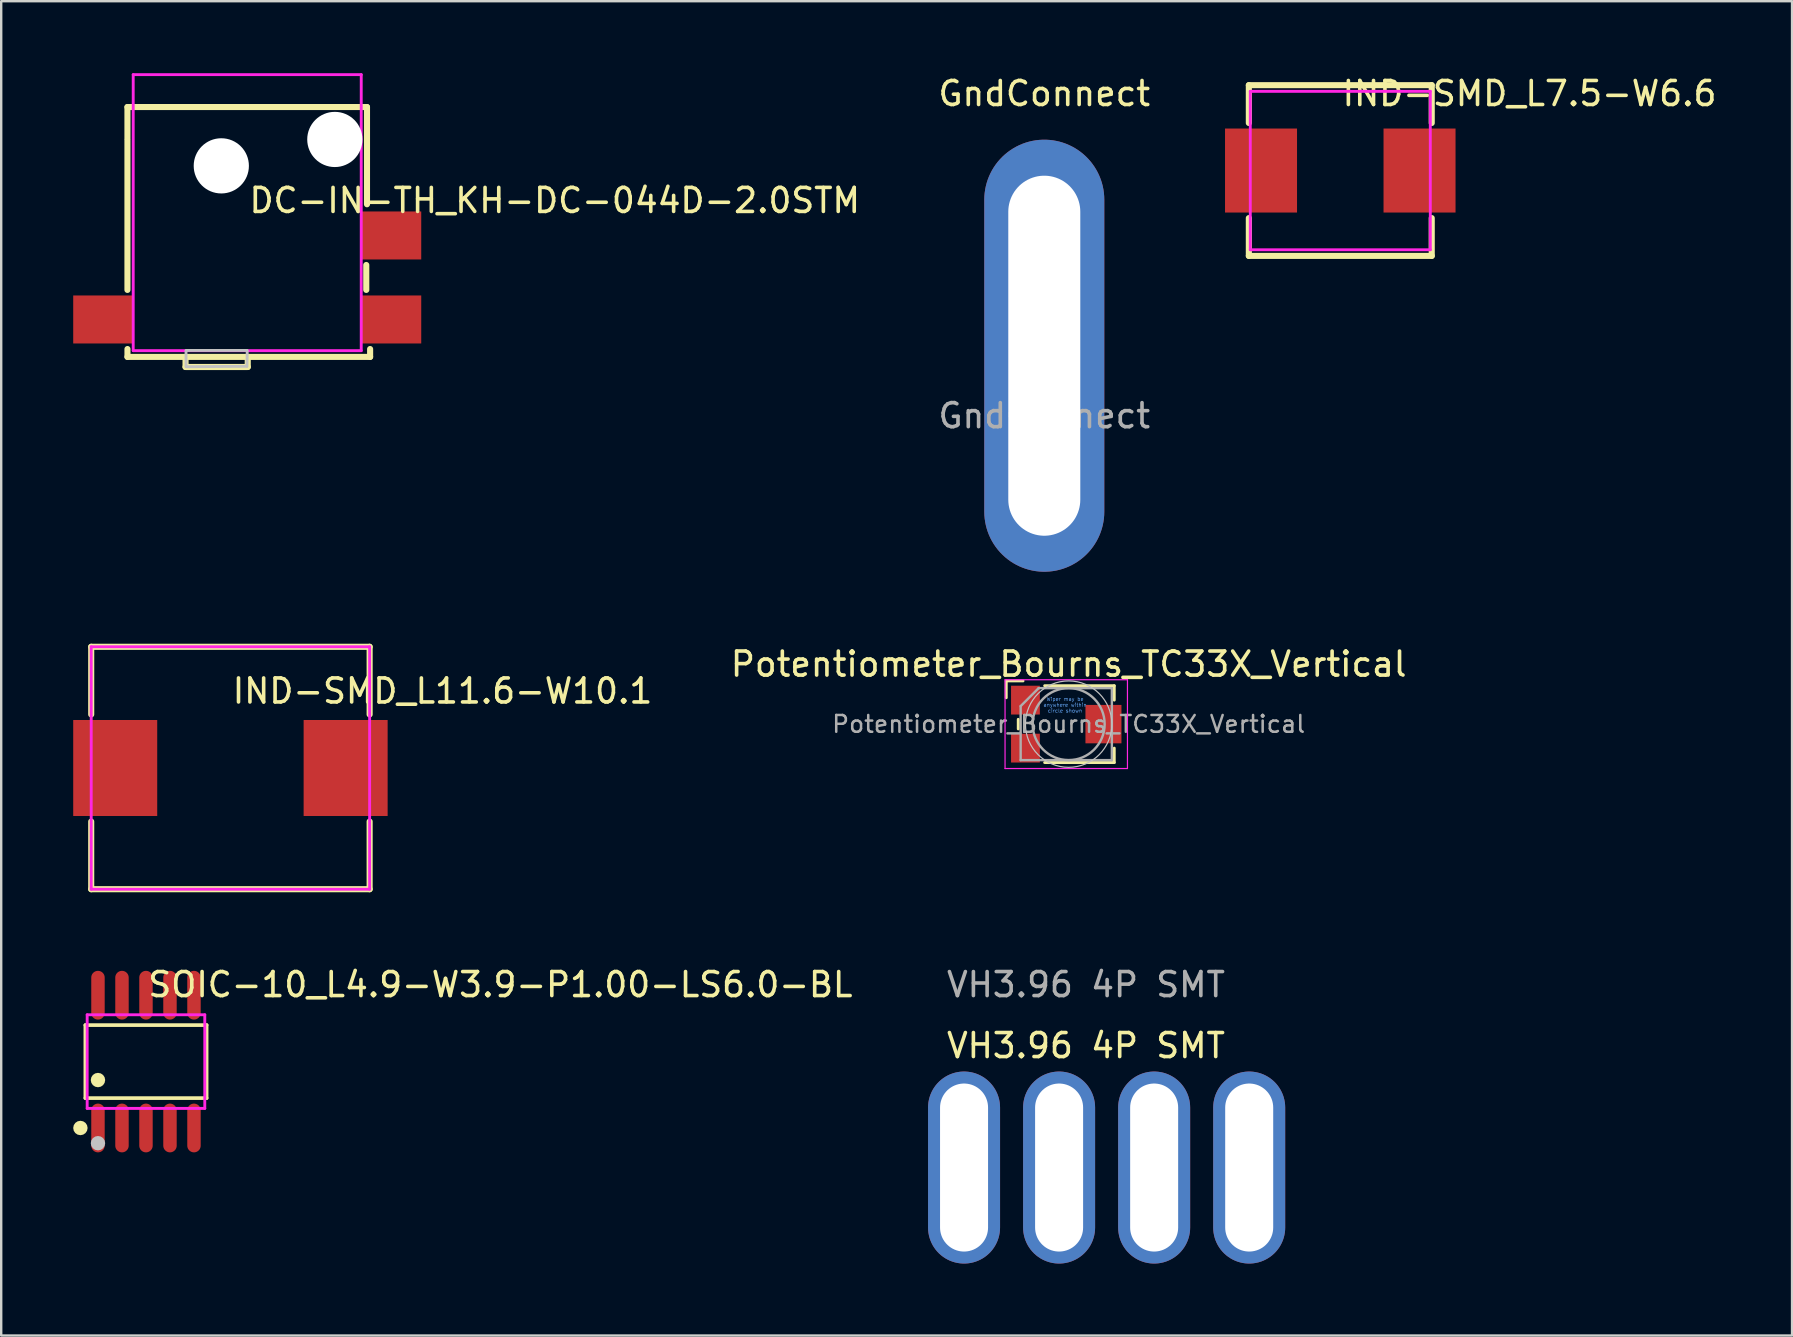
<source format=kicad_pcb>
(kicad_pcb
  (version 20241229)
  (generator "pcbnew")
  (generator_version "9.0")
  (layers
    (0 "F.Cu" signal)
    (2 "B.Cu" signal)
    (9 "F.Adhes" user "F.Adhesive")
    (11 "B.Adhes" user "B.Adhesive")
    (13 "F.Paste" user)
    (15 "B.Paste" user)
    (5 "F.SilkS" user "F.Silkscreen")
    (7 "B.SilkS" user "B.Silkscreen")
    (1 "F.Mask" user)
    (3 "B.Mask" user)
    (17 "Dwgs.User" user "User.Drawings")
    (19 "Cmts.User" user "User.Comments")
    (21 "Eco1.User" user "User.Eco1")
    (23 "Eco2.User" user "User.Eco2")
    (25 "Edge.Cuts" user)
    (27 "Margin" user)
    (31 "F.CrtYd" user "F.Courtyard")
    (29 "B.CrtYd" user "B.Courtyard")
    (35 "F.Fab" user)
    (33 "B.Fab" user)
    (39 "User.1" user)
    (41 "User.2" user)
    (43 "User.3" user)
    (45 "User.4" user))
  (footprint "IND-SMD_L11.6-W10.1"
    (layer "F.Cu")
    (at 6.55 28.947)
    (property "Reference" "IND-SMD_L11.6-W10.1" (at 0 -3.207 0) (layer "F.SilkS") (effects (font (size 1 1) (thickness 0.15)) (justify left)))
    (attr through_hole)
    (fp_line (start -5.8 -5.05) (end 5.8 -5.05) (stroke (width 0.254) (type solid)) (layer "F.SilkS"))
    (fp_line (start -5.8 -2.231) (end -5.8 -5.05) (stroke (width 0.254) (type solid)) (layer "F.SilkS"))
    (fp_line (start -5.8 5.05) (end -5.8 2.231) (stroke (width 0.254) (type solid)) (layer "F.SilkS"))
    (fp_line (start 5.8 -5.05) (end 5.8 -2.231) (stroke (width 0.254) (type solid)) (layer "F.SilkS"))
    (fp_line (start 5.8 2.231) (end 5.8 5.05) (stroke (width 0.254) (type solid)) (layer "F.SilkS"))
    (fp_line (start 5.8 5.05) (end -5.8 5.05) (stroke (width 0.254) (type solid)) (layer "F.SilkS"))
    (fp_circle (center -5.8 5.05) (end -5.77 5.05) (stroke (width 0.06) (type solid)) (fill no) (layer "Eco2.User"))
    (fp_poly (pts (xy -5.8 -1.5) (xy -3.3 -1.5) (xy -3.3 1.5) (xy -5.8 1.5)) (stroke (width 0.12) (type solid)) (fill no) (layer "Eco2.User"))
    (fp_poly (pts (xy 3.3 -1.5) (xy 5.8 -1.5) (xy 5.8 1.5) (xy 3.3 1.5)) (stroke (width 0.12) (type solid)) (fill no) (layer "Eco2.User"))
    (fp_line (start -5.8 -5.05) (end 5.8 -5.05) (stroke (width 0.12) (type solid)) (layer "F.CrtYd"))
    (fp_line (start -5.8 5.05) (end -5.8 -5.05) (stroke (width 0.12) (type solid)) (layer "F.CrtYd"))
    (fp_line (start 5.8 -5.05) (end 5.8 5.05) (stroke (width 0.12) (type solid)) (layer "F.CrtYd"))
    (fp_line (start 5.8 5.05) (end -5.8 5.05) (stroke (width 0.12) (type solid)) (layer "F.CrtYd"))
    (pad "1" smd rect (at -4.8 0) (size 3.5 4) (layers "F.Cu" "F.Mask" "F.Paste"))
    (pad "2" smd rect (at 4.8 0) (size 3.5 4) (layers "F.Cu" "F.Mask" "F.Paste")))
  (footprint "GndConnect"
    (layer "F.Cu")
    (at 40.458 11.77)
    (property "Reference" "GndConnect" (at 0 -10.922 0) (unlocked yes) (layer "F.SilkS") (effects (font (size 1 1) (thickness 0.15))))
    (attr through_hole)
    (fp_text user "${REFERENCE}" (at 0 2.5 0) (unlocked yes) (layer "F.Fab") (effects (font (size 1 1) (thickness 0.15))))
    (pad "1" thru_hole oval (at 0 0) (size 5 18) (drill oval 3 15) (layers "*.Cu" "*.Mask")))
  (footprint "IND-SMD_L7.5-W6.6"
    (layer "F.Cu")
    (at 52.79 4.055)
    (property "Reference" "IND-SMD_L7.5-W6.6" (at 0 -3.207 0) (layer "F.SilkS") (effects (font (size 1 1) (thickness 0.15)) (justify left)))
    (attr through_hole)
    (fp_line (start -3.81 -3.556) (end 3.81 -3.556) (stroke (width 0.254) (type solid)) (layer "F.SilkS"))
    (fp_line (start -3.81 -1.981) (end -3.81 -3.556) (stroke (width 0.254) (type solid)) (layer "F.SilkS"))
    (fp_line (start -3.81 3.556) (end -3.81 1.981) (stroke (width 0.254) (type solid)) (layer "F.SilkS"))
    (fp_line (start 3.81 -3.556) (end 3.81 -1.981) (stroke (width 0.254) (type solid)) (layer "F.SilkS"))
    (fp_line (start 3.81 1.981) (end 3.81 3.556) (stroke (width 0.254) (type solid)) (layer "F.SilkS"))
    (fp_line (start 3.81 3.556) (end -3.81 3.556) (stroke (width 0.254) (type solid)) (layer "F.SilkS"))
    (fp_circle (center -3.75 3.3) (end -3.72 3.3) (stroke (width 0.06) (type solid)) (fill no) (layer "Eco2.User"))
    (fp_poly (pts (xy -3.75 -1.5) (xy -1.802 -1.5) (xy -1.802 1.5) (xy -3.75 1.5)) (stroke (width 0.12) (type solid)) (fill no) (layer "Eco2.User"))
    (fp_poly (pts (xy 3.75 1.5) (xy 1.802 1.5) (xy 1.802 -1.5) (xy 3.75 -1.5)) (stroke (width 0.12) (type solid)) (fill no) (layer "Eco2.User"))
    (fp_line (start -3.75 -3.3) (end 3.75 -3.3) (stroke (width 0.12) (type solid)) (layer "F.CrtYd"))
    (fp_line (start -3.75 3.3) (end -3.75 -3.3) (stroke (width 0.12) (type solid)) (layer "F.CrtYd"))
    (fp_line (start 3.75 -3.3) (end 3.75 3.3) (stroke (width 0.12) (type solid)) (layer "F.CrtYd"))
    (fp_line (start 3.75 3.3) (end -3.75 3.3) (stroke (width 0.12) (type solid)) (layer "F.CrtYd"))
    (pad "1" smd rect (at -3.302 0 90) (size 3.5 3) (layers "F.Cu" "F.Mask" "F.Paste"))
    (pad "2" smd rect (at 3.302 0 90) (size 3.5 3) (layers "F.Cu" "F.Mask" "F.Paste")))
  (footprint "SOIC-10_L4.9-W3.9-P1.00-LS6.0-BL"
    (layer "F.Cu")
    (at 3.032 41.179)
    (property "Reference" "SOIC-10_L4.9-W3.9-P1.00-LS6.0-BL" (at 0 -3.207 0) (layer "F.SilkS") (effects (font (size 1 1) (thickness 0.15)) (justify left)))
    (attr through_hole)
    (fp_line (start -2.526 -1.521) (end 2.526 -1.521) (stroke (width 0.152) (type solid)) (layer "F.SilkS"))
    (fp_line (start -2.526 1.521) (end -2.526 -1.521) (stroke (width 0.152) (type solid)) (layer "F.SilkS"))
    (fp_line (start 2.526 -1.521) (end 2.526 1.521) (stroke (width 0.152) (type solid)) (layer "F.SilkS"))
    (fp_line (start 2.526 1.521) (end -2.526 1.521) (stroke (width 0.152) (type solid)) (layer "F.SilkS"))
    (fp_circle (center -2.732 2.766) (end -2.582 2.766) (stroke (width 0.3) (type solid)) (fill no) (layer "F.SilkS"))
    (fp_circle (center -2 0.769) (end -1.85 0.769) (stroke (width 0.3) (type solid)) (fill no) (layer "F.SilkS"))
    (fp_circle (center -2 3.4) (end -1.85 3.4) (stroke (width 0.3) (type solid)) (fill no) (layer "Dwgs.User"))
    (fp_line (start -2.205 -2.175) (end -2.205 -1.94) (stroke (width 0.12) (type solid)) (layer "Eco2.User"))
    (fp_line (start -2.205 -1.94) (end -1.795 -1.94) (stroke (width 0.12) (type solid)) (layer "Eco2.User"))
    (fp_line (start -2.205 1.94) (end -1.795 1.94) (stroke (width 0.12) (type solid)) (layer "Eco2.User"))
    (fp_line (start -2.205 2.175) (end -2.205 1.94) (stroke (width 0.12) (type solid)) (layer "Eco2.User"))
    (fp_line (start -1.795 -2.175) (end -2.205 -2.175) (stroke (width 0.12) (type solid)) (layer "Eco2.User"))
    (fp_line (start -1.795 -1.94) (end -1.795 -2.175) (stroke (width 0.12) (type solid)) (layer "Eco2.User"))
    (fp_line (start -1.795 1.94) (end -1.795 2.175) (stroke (width 0.12) (type solid)) (layer "Eco2.User"))
    (fp_line (start -1.795 2.175) (end -2.205 2.175) (stroke (width 0.12) (type solid)) (layer "Eco2.User"))
    (fp_line (start -1.205 -2.175) (end -1.205 -1.94) (stroke (width 0.12) (type solid)) (layer "Eco2.User"))
    (fp_line (start -1.205 -1.94) (end -0.795 -1.94) (stroke (width 0.12) (type solid)) (layer "Eco2.User"))
    (fp_line (start -1.205 1.94) (end -0.795 1.94) (stroke (width 0.12) (type solid)) (layer "Eco2.User"))
    (fp_line (start -1.205 2.175) (end -1.205 1.94) (stroke (width 0.12) (type solid)) (layer "Eco2.User"))
    (fp_line (start -0.795 -2.175) (end -1.205 -2.175) (stroke (width 0.12) (type solid)) (layer "Eco2.User"))
    (fp_line (start -0.795 -1.94) (end -0.795 -2.175) (stroke (width 0.12) (type solid)) (layer "Eco2.User"))
    (fp_line (start -0.795 1.94) (end -0.795 2.175) (stroke (width 0.12) (type solid)) (layer "Eco2.User"))
    (fp_line (start -0.795 2.175) (end -1.205 2.175) (stroke (width 0.12) (type solid)) (layer "Eco2.User"))
    (fp_line (start -0.205 -2.175) (end -0.205 -1.94) (stroke (width 0.12) (type solid)) (layer "Eco2.User"))
    (fp_line (start -0.205 -1.94) (end 0.205 -1.94) (stroke (width 0.12) (type solid)) (layer "Eco2.User"))
    (fp_line (start -0.205 1.94) (end 0.205 1.94) (stroke (width 0.12) (type solid)) (layer "Eco2.User"))
    (fp_line (start -0.205 2.175) (end -0.205 1.94) (stroke (width 0.12) (type solid)) (layer "Eco2.User"))
    (fp_line (start 0.205 -2.175) (end -0.205 -2.175) (stroke (width 0.12) (type solid)) (layer "Eco2.User"))
    (fp_line (start 0.205 -1.94) (end 0.205 -2.175) (stroke (width 0.12) (type solid)) (layer "Eco2.User"))
    (fp_line (start 0.205 1.94) (end 0.205 2.175) (stroke (width 0.12) (type solid)) (layer "Eco2.User"))
    (fp_line (start 0.205 2.175) (end -0.205 2.175) (stroke (width 0.12) (type solid)) (layer "Eco2.User"))
    (fp_line (start 0.795 -2.175) (end 0.795 -1.94) (stroke (width 0.12) (type solid)) (layer "Eco2.User"))
    (fp_line (start 0.795 -1.94) (end 1.205 -1.94) (stroke (width 0.12) (type solid)) (layer "Eco2.User"))
    (fp_line (start 0.795 1.94) (end 1.205 1.94) (stroke (width 0.12) (type solid)) (layer "Eco2.User"))
    (fp_line (start 0.795 2.175) (end 0.795 1.94) (stroke (width 0.12) (type solid)) (layer "Eco2.User"))
    (fp_line (start 1.205 -2.175) (end 0.795 -2.175) (stroke (width 0.12) (type solid)) (layer "Eco2.User"))
    (fp_line (start 1.205 -1.94) (end 1.205 -2.175) (stroke (width 0.12) (type solid)) (layer "Eco2.User"))
    (fp_line (start 1.205 1.94) (end 1.205 2.175) (stroke (width 0.12) (type solid)) (layer "Eco2.User"))
    (fp_line (start 1.205 2.175) (end 0.795 2.175) (stroke (width 0.12) (type solid)) (layer "Eco2.User"))
    (fp_line (start 1.795 -2.175) (end 1.795 -1.94) (stroke (width 0.12) (type solid)) (layer "Eco2.User"))
    (fp_line (start 1.795 -1.94) (end 2.205 -1.94) (stroke (width 0.12) (type solid)) (layer "Eco2.User"))
    (fp_line (start 1.795 1.94) (end 2.205 1.94) (stroke (width 0.12) (type solid)) (layer "Eco2.User"))
    (fp_line (start 1.795 2.175) (end 1.795 1.94) (stroke (width 0.12) (type solid)) (layer "Eco2.User"))
    (fp_line (start 2.205 -2.175) (end 1.795 -2.175) (stroke (width 0.12) (type solid)) (layer "Eco2.User"))
    (fp_line (start 2.205 -1.94) (end 2.205 -2.175) (stroke (width 0.12) (type solid)) (layer "Eco2.User"))
    (fp_line (start 2.205 1.94) (end 2.205 2.175) (stroke (width 0.12) (type solid)) (layer "Eco2.User"))
    (fp_line (start 2.205 2.175) (end 1.795 2.175) (stroke (width 0.12) (type solid)) (layer "Eco2.User"))
    (fp_circle (center -2.45 3) (end -2.42 3) (stroke (width 0.06) (type solid)) (fill no) (layer "Eco2.User"))
    (fp_poly (pts (xy -2.205 -3) (xy -2.205 -2.165) (xy -1.795 -2.165) (xy -1.795 -3)) (stroke (width 0.12) (type solid)) (fill no) (layer "Eco2.User"))
    (fp_poly (pts (xy -2.205 3) (xy -2.205 2.165) (xy -1.795 2.165) (xy -1.795 3)) (stroke (width 0.12) (type solid)) (fill no) (layer "Eco2.User"))
    (fp_poly (pts (xy -1.205 -3) (xy -1.205 -2.165) (xy -0.795 -2.165) (xy -0.795 -3)) (stroke (width 0.12) (type solid)) (fill no) (layer "Eco2.User"))
    (fp_poly (pts (xy -1.205 3) (xy -1.205 2.165) (xy -0.795 2.165) (xy -0.795 3)) (stroke (width 0.12) (type solid)) (fill no) (layer "Eco2.User"))
    (fp_poly (pts (xy -0.205 -3) (xy -0.205 -2.165) (xy 0.205 -2.165) (xy 0.205 -3)) (stroke (width 0.12) (type solid)) (fill no) (layer "Eco2.User"))
    (fp_poly (pts (xy -0.205 3) (xy -0.205 2.165) (xy 0.205 2.165) (xy 0.205 3)) (stroke (width 0.12) (type solid)) (fill no) (layer "Eco2.User"))
    (fp_poly (pts (xy 0.795 -3) (xy 0.795 -2.165) (xy 1.205 -2.165) (xy 1.205 -3)) (stroke (width 0.12) (type solid)) (fill no) (layer "Eco2.User"))
    (fp_poly (pts (xy 0.795 3) (xy 0.795 2.165) (xy 1.205 2.165) (xy 1.205 3)) (stroke (width 0.12) (type solid)) (fill no) (layer "Eco2.User"))
    (fp_poly (pts (xy 1.795 -3) (xy 1.795 -2.165) (xy 2.205 -2.165) (xy 2.205 -3)) (stroke (width 0.12) (type solid)) (fill no) (layer "Eco2.User"))
    (fp_poly (pts (xy 1.795 3) (xy 1.795 2.165) (xy 2.205 2.165) (xy 2.205 3)) (stroke (width 0.12) (type solid)) (fill no) (layer "Eco2.User"))
    (fp_line (start -2.45 -1.95) (end 2.45 -1.95) (stroke (width 0.12) (type solid)) (layer "F.CrtYd"))
    (fp_line (start -2.45 1.95) (end -2.45 -1.95) (stroke (width 0.12) (type solid)) (layer "F.CrtYd"))
    (fp_line (start 2.45 -1.95) (end 2.45 1.95) (stroke (width 0.12) (type solid)) (layer "F.CrtYd"))
    (fp_line (start 2.45 1.95) (end -2.45 1.95) (stroke (width 0.12) (type solid)) (layer "F.CrtYd"))
    (pad "1" smd oval (at -2 2.766) (size 0.56 2.031) (layers "F.Cu" "F.Mask" "F.Paste"))
    (pad "2" smd oval (at -1 2.766) (size 0.56 2.031) (layers "F.Cu" "F.Mask" "F.Paste"))
    (pad "3" smd oval (at 0 2.766) (size 0.56 2.031) (layers "F.Cu" "F.Mask" "F.Paste"))
    (pad "4" smd oval (at 1 2.766) (size 0.56 2.031) (layers "F.Cu" "F.Mask" "F.Paste"))
    (pad "5" smd oval (at 2 2.766) (size 0.56 2.031) (layers "F.Cu" "F.Mask" "F.Paste"))
    (pad "6" smd oval (at 2 -2.766) (size 0.56 2.031) (layers "F.Cu" "F.Mask" "F.Paste"))
    (pad "7" smd oval (at 1 -2.766) (size 0.56 2.031) (layers "F.Cu" "F.Mask" "F.Paste"))
    (pad "8" smd oval (at 0 -2.766) (size 0.56 2.031) (layers "F.Cu" "F.Mask" "F.Paste"))
    (pad "9" smd oval (at -1 -2.766) (size 0.56 2.031) (layers "F.Cu" "F.Mask" "F.Paste"))
    (pad "10" smd oval (at -2 -2.766) (size 0.56 2.031) (layers "F.Cu" "F.Mask" "F.Paste")))
  (footprint "VH3.96 4P SMT"
    (layer "F.Cu")
    (at 37.115 45.593)
    (property "Reference" "VH3.96 4P SMT" (at 5.08 -5.08 0) (unlocked yes) (layer "F.SilkS") (effects (font (size 1 1) (thickness 0.15))))
    (attr through_hole)
    (fp_text user "${REFERENCE}" (at 5.08 -7.62 0) (unlocked yes) (layer "F.Fab") (effects (font (size 1 1) (thickness 0.15))))
    (pad "1" thru_hole oval (at 0 0) (size 3 8) (drill oval 2 7) (layers "*.Cu" "*.Mask"))
    (pad "2" thru_hole oval (at 3.96 0) (size 3 8) (drill oval 2 7) (layers "*.Cu" "*.Mask"))
    (pad "3" thru_hole oval (at 7.92 0) (size 3 8) (drill oval 2 7) (layers "*.Cu" "*.Mask"))
    (pad "4" thru_hole oval (at 11.88 0) (size 3 8) (drill oval 2 7) (layers "*.Cu" "*.Mask")))
  (footprint "DC-IN-TH_KH-DC-044D-2.0STM"
    (layer "F.Cu")
    (at 7.25 8.51)
    (property "Reference" "DC-IN-TH_KH-DC-044D-2.0STM" (at 0 -3.207 0) (layer "F.SilkS") (effects (font (size 1 1) (thickness 0.15)) (justify left)))
    (attr through_hole)
    (fp_line (start -4.99 -7.1) (end -4.99 -5.79) (stroke (width 0.254) (type solid)) (layer "F.SilkS"))
    (fp_line (start -4.99 -7.1) (end 4.99 -7.1) (stroke (width 0.254) (type solid)) (layer "F.SilkS"))
    (fp_line (start -4.99 -5.71) (end -4.99 0.519) (stroke (width 0.254) (type solid)) (layer "F.SilkS"))
    (fp_line (start -4.989 3.309) (end -4.989 2.982) (stroke (width 0.254) (type solid)) (layer "F.SilkS"))
    (fp_line (start -2.57 3.73) (end -2.57 3.309) (stroke (width 0.254) (type solid)) (layer "F.SilkS"))
    (fp_line (start 0.022 3.309) (end 0.022 3.73) (stroke (width 0.254) (type solid)) (layer "F.SilkS"))
    (fp_line (start 0.022 3.73) (end -2.57 3.73) (stroke (width 0.254) (type solid)) (layer "F.SilkS"))
    (fp_line (start 4.96 -0.52) (end 4.96 0.518) (stroke (width 0.254) (type solid)) (layer "F.SilkS"))
    (fp_line (start 4.99 -3.05) (end 4.99 -7.1) (stroke (width 0.254) (type solid)) (layer "F.SilkS"))
    (fp_line (start 5.12 2.982) (end 5.12 3.309) (stroke (width 0.254) (type solid)) (layer "F.SilkS"))
    (fp_line (start 5.12 3.309) (end -4.989 3.309) (stroke (width 0.254) (type solid)) (layer "F.SilkS"))
    (fp_poly (pts (xy -1.805 -5.375) (xy -0.355 -5.375) (xy -0.355 -3.925) (xy -1.805 -3.925)) (stroke (width 0.12) (type solid)) (fill no) (layer "Dwgs.User"))
    (fp_poly (pts (xy 2.925 -6.475) (xy 4.375 -6.475) (xy 4.375 -5.025) (xy 2.925 -5.025)) (stroke (width 0.12) (type solid)) (fill no) (layer "Dwgs.User"))
    (fp_poly (pts (xy 0 3.04) (xy -2.55 3.04) (xy -2.55 3.68) (xy -2.55 3.72) (xy -0.02 3.7) (xy -0.01 3.71)) (stroke (width 0.12) (type solid)) (fill no) (layer "Dwgs.User"))
    (fp_circle (center -6.7 3.05) (end -6.67 3.05) (stroke (width 0.06) (type solid)) (fill no) (layer "Eco2.User"))
    (fp_poly (pts (xy -6.7 1.05) (xy -4.7 1.05) (xy -4.7 2.45) (xy -6.7 2.45)) (stroke (width 0.12) (type solid)) (fill no) (layer "Eco2.User"))
    (fp_poly (pts (xy 3.7 1.05) (xy 6.7 1.05) (xy 6.7 2.45) (xy 3.7 2.45)) (stroke (width 0.12) (type solid)) (fill no) (layer "Eco2.User"))
    (fp_poly (pts (xy 4.7 -2.45) (xy 6.7 -2.45) (xy 6.7 -1.05) (xy 4.7 -1.05)) (stroke (width 0.12) (type solid)) (fill no) (layer "Eco2.User"))
    (fp_line (start -4.75 -8.45) (end 4.75 -8.45) (stroke (width 0.12) (type solid)) (layer "F.CrtYd"))
    (fp_line (start -4.75 3.05) (end -4.75 -8.45) (stroke (width 0.12) (type solid)) (layer "F.CrtYd"))
    (fp_line (start 4.75 -8.45) (end 4.75 3.05) (stroke (width 0.12) (type solid)) (layer "F.CrtYd"))
    (fp_line (start 4.75 3.05) (end -4.75 3.05) (stroke (width 0.12) (type solid)) (layer "F.CrtYd"))
    (pad "" np_thru_hole circle (at -1.08 -4.65) (size 2.3 2.3) (drill 2.3) (layers "*.Cu" "*.Mask"))
    (pad "" np_thru_hole circle (at 3.65 -5.75) (size 2.3 2.3) (drill 2.3) (layers "*.Cu" "*.Mask"))
    (pad "3" smd rect (at -6 1.75) (size 2.5 2) (layers "F.Cu" "F.Mask" "F.Paste"))
    (pad "4" smd rect (at 6 1.75) (size 2.5 2) (layers "F.Cu" "F.Mask" "F.Paste"))
    (pad "5" smd rect (at 6 -1.75) (size 2.5 2) (layers "F.Cu" "F.Mask" "F.Paste")))
  (footprint "Potentiometer_Bourns_TC33X_Vertical"
    (layer "F.Cu")
    (at 41.473 27.119)
    (property "Reference" "Potentiometer_Bourns_TC33X_Vertical" (at 0 -2.5 0) (layer "F.SilkS") (effects (font (size 1 1) (thickness 0.15))))
    (attr smd)
    (fp_line (start -2.6 -1.8) (end -2.6 -1.1) (stroke (width 0.12) (type solid)) (layer "F.SilkS"))
    (fp_line (start -2.1 -0.2) (end -2.1 0.2) (stroke (width 0.12) (type solid)) (layer "F.SilkS"))
    (fp_line (start -1.9 -1.8) (end -2.6 -1.8) (stroke (width 0.12) (type solid)) (layer "F.SilkS"))
    (fp_line (start -1 -1.6) (end 1.9 -1.6) (stroke (width 0.12) (type solid)) (layer "F.SilkS"))
    (fp_line (start -1 1.6) (end 1.9 1.6) (stroke (width 0.12) (type solid)) (layer "F.SilkS"))
    (fp_line (start 1.9 -1.6) (end 1.9 -1) (stroke (width 0.12) (type solid)) (layer "F.SilkS"))
    (fp_line (start 1.9 1.6) (end 1.9 1) (stroke (width 0.12) (type solid)) (layer "F.SilkS"))
    (fp_circle (center 0 0) (end 1.8 0) (stroke (width 0.05) (type solid)) (fill no) (layer "Dwgs.User"))
    (fp_line (start -2.65 -1.85) (end 2.45 -1.85) (stroke (width 0.05) (type solid)) (layer "F.CrtYd"))
    (fp_line (start -2.65 1.85) (end -2.65 -1.85) (stroke (width 0.05) (type solid)) (layer "F.CrtYd"))
    (fp_line (start 2.45 -1.85) (end 2.45 1.85) (stroke (width 0.05) (type solid)) (layer "F.CrtYd"))
    (fp_line (start 2.45 1.85) (end -2.65 1.85) (stroke (width 0.05) (type solid)) (layer "F.CrtYd"))
    (fp_line (start -2 -0.75) (end -2 1.5) (stroke (width 0.1) (type solid)) (layer "F.Fab"))
    (fp_line (start -2 1.5) (end 1.8 1.5) (stroke (width 0.1) (type solid)) (layer "F.Fab"))
    (fp_line (start -1.25 -1.5) (end -2 -0.75) (stroke (width 0.1) (type solid)) (layer "F.Fab"))
    (fp_line (start 1.8 -1.5) (end -1.25 -1.5) (stroke (width 0.1) (type solid)) (layer "F.Fab"))
    (fp_line (start 1.8 1.5) (end 1.8 -1.5) (stroke (width 0.1) (type solid)) (layer "F.Fab"))
    (fp_circle (center 0 0) (end 1.5 0) (stroke (width 0.1) (type solid)) (fill no) (layer "F.Fab"))
    (fp_text user "Wiper may be\nanywhere within\ncircle shown" (at -0.15 -0.8 0) (layer "Cmts.User") (effects (font (size 0.15 0.15) (thickness 0.02))))
    (fp_text user "${REFERENCE}" (at 0 0 0) (layer "F.Fab") (effects (font (size 0.7 0.7) (thickness 0.105))))
    (pad "1" smd rect (at -1.8 -1) (size 1.2 1.2) (layers "F.Cu" "F.Mask" "F.Paste"))
    (pad "2" smd rect (at 1.45 0) (size 1.5 1.6) (layers "F.Cu" "F.Mask" "F.Paste"))
    (pad "3" smd rect (at -1.8 1) (size 1.2 1.2) (layers "F.Cu" "F.Mask" "F.Paste")))
  (gr_rect
    (start -3 -3)
    (end 71.612 52.593)
    (stroke (width 0.1) (type default))
    (fill no)
    (layer "Edge.Cuts")))
</source>
